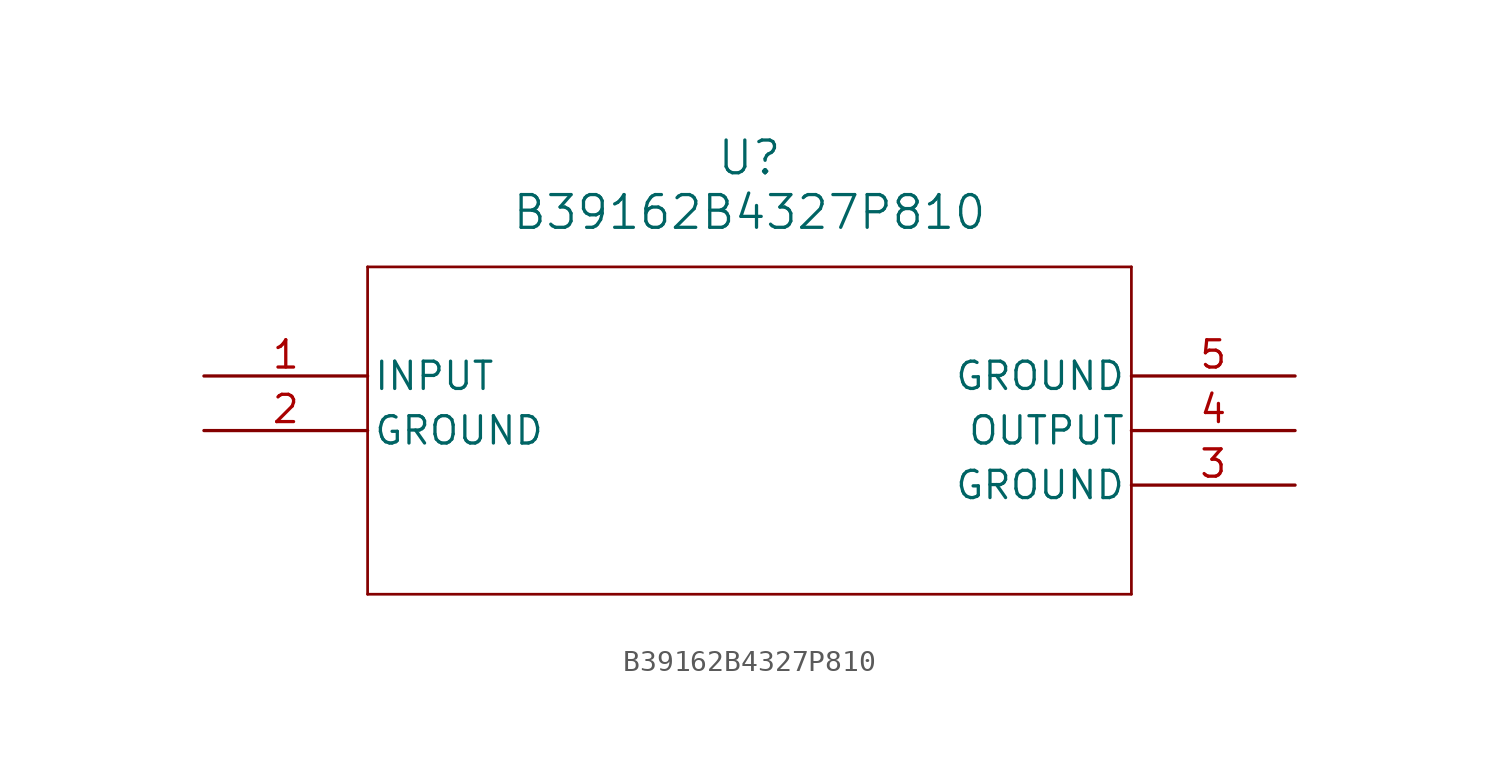
<source format=kicad_sym>
(kicad_symbol_lib
  (version 20211014)
  (generator kicad_symbol_editor)
  (symbol "B39162B4327P810"
    (pin_names
      (offset 0.254))
    (property "Reference" "U"
      (at 25.4 10.16 0)
      (effects (font (size 1.524 1.524))))
    (property "Value" "B39162B4327P810"
      (at 25.4 7.62 0)
      (effects (font (size 1.524 1.524))))
    (symbol "B39162B4327P810_0_1"
      (polyline (pts (xy 7.62 5.08) (xy 7.62 -10.16)) (stroke (width 0.127) (type default) (color 0 0 0 0)) (fill (type none)))
      (polyline (pts (xy 7.62 -10.16) (xy 43.18 -10.16)) (stroke (width 0.127) (type default) (color 0 0 0 0)) (fill (type none)))
      (polyline (pts (xy 43.18 -10.16) (xy 43.18 5.08)) (stroke (width 0.127) (type default) (color 0 0 0 0)) (fill (type none)))
      (polyline (pts (xy 43.18 5.08) (xy 7.62 5.08)) (stroke (width 0.127) (type default) (color 0 0 0 0)) (fill (type none)))
      (pin input line (at 0 0 0) (length 7.62) (name "INPUT" (effects (font (size 1.27 1.27)))) (number "1" (effects (font (size 1.27 1.27)))))
      (pin power_out line (at 0 -2.54 0) (length 7.62) (name "GROUND" (effects (font (size 1.27 1.27)))) (number "2" (effects (font (size 1.27 1.27)))))
      (pin power_out line (at 50.8 -5.08 180) (length 7.62) (name "GROUND" (effects (font (size 1.27 1.27)))) (number "3" (effects (font (size 1.27 1.27)))))
      (pin output line (at 50.8 -2.54 180) (length 7.62) (name "OUTPUT" (effects (font (size 1.27 1.27)))) (number "4" (effects (font (size 1.27 1.27)))))
      (pin power_out line (at 50.8 0 180) (length 7.62) (name "GROUND" (effects (font (size 1.27 1.27)))) (number "5" (effects (font (size 1.27 1.27))))))))
</source>
